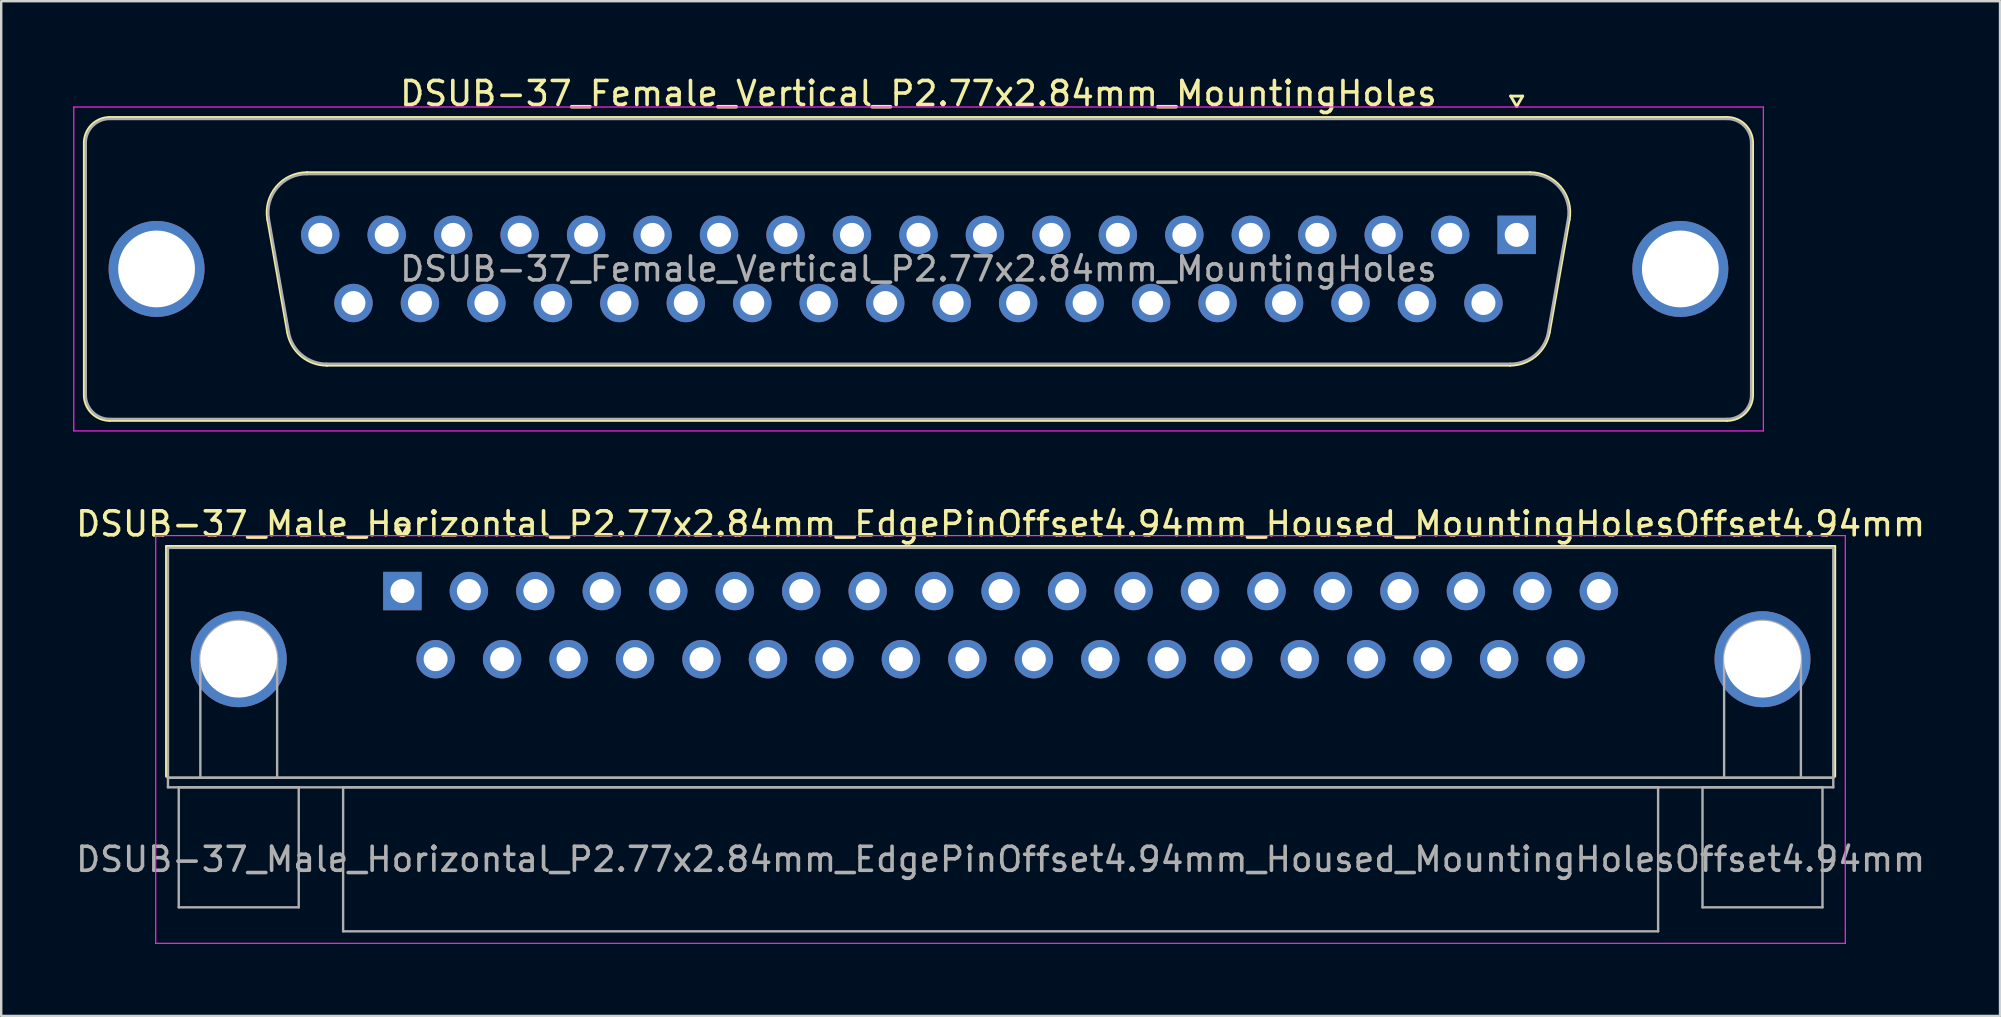
<source format=kicad_pcb>
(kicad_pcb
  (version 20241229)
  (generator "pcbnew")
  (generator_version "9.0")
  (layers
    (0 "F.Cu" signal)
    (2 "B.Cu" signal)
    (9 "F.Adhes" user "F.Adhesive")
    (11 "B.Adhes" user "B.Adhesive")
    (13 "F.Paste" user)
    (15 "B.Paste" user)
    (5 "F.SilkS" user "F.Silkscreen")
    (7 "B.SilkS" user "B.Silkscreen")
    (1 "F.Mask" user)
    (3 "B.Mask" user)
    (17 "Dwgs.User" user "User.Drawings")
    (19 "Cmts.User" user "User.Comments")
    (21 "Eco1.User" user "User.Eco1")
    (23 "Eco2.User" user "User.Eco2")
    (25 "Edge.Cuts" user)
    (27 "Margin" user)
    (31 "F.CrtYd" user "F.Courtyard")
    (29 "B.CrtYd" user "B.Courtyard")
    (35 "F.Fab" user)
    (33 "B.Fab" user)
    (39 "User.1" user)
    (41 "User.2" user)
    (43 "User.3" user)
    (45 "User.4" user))
  (footprint "DSUB-37_Female_Vertical_P2.77x2.84mm_MountingHoles"
    (layer "F.Cu")
    (at 60.155 6.738)
    (property "Reference" "DSUB-37_Female_Vertical_P2.77x2.84mm_MountingHoles" (at -24.93 -5.89 0) (layer "F.SilkS") (effects (font (size 1 1) (thickness 0.15))))
    (attr through_hole)
    (fp_line (start -59.69 6.67) (end -59.69 -3.83) (stroke (width 0.12) (type solid)) (layer "F.SilkS"))
    (fp_line (start -58.63 -4.89) (end 8.77 -4.89) (stroke (width 0.12) (type solid)) (layer "F.SilkS"))
    (fp_line (start -52.046 -0.642) (end -51.218 4.058) (stroke (width 0.12) (type solid)) (layer "F.SilkS"))
    (fp_line (start -50.412 -2.59) (end 0.552 -2.59) (stroke (width 0.12) (type solid)) (layer "F.SilkS"))
    (fp_line (start -49.583 5.43) (end -0.277 5.43) (stroke (width 0.12) (type solid)) (layer "F.SilkS"))
    (fp_line (start -0.25 -5.784) (end 0.25 -5.784) (stroke (width 0.12) (type solid)) (layer "F.SilkS"))
    (fp_line (start 0 -5.351) (end -0.25 -5.784) (stroke (width 0.12) (type solid)) (layer "F.SilkS"))
    (fp_line (start 0.25 -5.784) (end 0 -5.351) (stroke (width 0.12) (type solid)) (layer "F.SilkS"))
    (fp_line (start 2.186 -0.642) (end 1.358 4.058) (stroke (width 0.12) (type solid)) (layer "F.SilkS"))
    (fp_line (start 8.77 7.73) (end -58.63 7.73) (stroke (width 0.12) (type solid)) (layer "F.SilkS"))
    (fp_line (start 9.83 -3.83) (end 9.83 6.67) (stroke (width 0.12) (type solid)) (layer "F.SilkS"))
    (fp_arc (start -59.69 -3.83) (mid -59.379533 -4.579533) (end -58.63 -4.89) (stroke (width 0.12) (type solid)) (layer "F.SilkS"))
    (fp_arc (start -58.63 7.73) (mid -59.379533 7.419533) (end -59.69 6.67) (stroke (width 0.12) (type solid)) (layer "F.SilkS"))
    (fp_arc (start -52.04647 -0.641744) (mid -51.683323 -1.997027) (end -50.411689 -2.59) (stroke (width 0.12) (type solid)) (layer "F.SilkS"))
    (fp_arc (start -49.582952 5.43) (mid -50.64998 5.041634) (end -51.217733 4.058256) (stroke (width 0.12) (type solid)) (layer "F.SilkS"))
    (fp_arc (start 0.551689 -2.59) (mid 1.823323 -1.997027) (end 2.18647 -0.641744) (stroke (width 0.12) (type solid)) (layer "F.SilkS"))
    (fp_arc (start 1.357733 4.058256) (mid 0.78998 5.041634) (end -0.277048 5.43) (stroke (width 0.12) (type solid)) (layer "F.SilkS"))
    (fp_arc (start 8.77 -4.89) (mid 9.519533 -4.579533) (end 9.83 -3.83) (stroke (width 0.12) (type solid)) (layer "F.SilkS"))
    (fp_arc (start 9.83 6.67) (mid 9.519533 7.419533) (end 8.77 7.73) (stroke (width 0.12) (type solid)) (layer "F.SilkS"))
    (fp_line (start -60.13 -5.33) (end -60.13 8.17) (stroke (width 0.05) (type solid)) (layer "F.CrtYd"))
    (fp_line (start -60.13 8.17) (end 10.28 8.17) (stroke (width 0.05) (type solid)) (layer "F.CrtYd"))
    (fp_line (start 10.28 -5.33) (end -60.13 -5.33) (stroke (width 0.05) (type solid)) (layer "F.CrtYd"))
    (fp_line (start 10.28 8.17) (end 10.28 -5.33) (stroke (width 0.05) (type solid)) (layer "F.CrtYd"))
    (fp_line (start -59.63 6.67) (end -59.63 -3.83) (stroke (width 0.1) (type solid)) (layer "F.Fab"))
    (fp_line (start -58.63 -4.83) (end 8.77 -4.83) (stroke (width 0.1) (type solid)) (layer "F.Fab"))
    (fp_line (start -51.999 -0.652) (end -51.17 4.048) (stroke (width 0.1) (type solid)) (layer "F.Fab"))
    (fp_line (start -50.423 -2.53) (end 0.563 -2.53) (stroke (width 0.1) (type solid)) (layer "F.Fab"))
    (fp_line (start -49.594 5.37) (end -0.266 5.37) (stroke (width 0.1) (type solid)) (layer "F.Fab"))
    (fp_line (start 2.139 -0.652) (end 1.31 4.048) (stroke (width 0.1) (type solid)) (layer "F.Fab"))
    (fp_line (start 8.77 7.67) (end -58.63 7.67) (stroke (width 0.1) (type solid)) (layer "F.Fab"))
    (fp_line (start 9.77 -3.83) (end 9.77 6.67) (stroke (width 0.1) (type solid)) (layer "F.Fab"))
    (fp_arc (start -59.63 -3.83) (mid -59.337107 -4.537107) (end -58.63 -4.83) (stroke (width 0.1) (type solid)) (layer "F.Fab"))
    (fp_arc (start -58.63 7.67) (mid -59.337107 7.377107) (end -59.63 6.67) (stroke (width 0.1) (type solid)) (layer "F.Fab"))
    (fp_arc (start -51.998887 -0.652163) (mid -51.648865 -1.95846) (end -50.423194 -2.53) (stroke (width 0.1) (type solid)) (layer "F.Fab"))
    (fp_arc (start -49.594457 5.37) (mid -50.622918 4.995671) (end -51.17015 4.047837) (stroke (width 0.1) (type solid)) (layer "F.Fab"))
    (fp_arc (start 0.563194 -2.53) (mid 1.788865 -1.95846) (end 2.138887 -0.652163) (stroke (width 0.1) (type solid)) (layer "F.Fab"))
    (fp_arc (start 1.31015 4.047837) (mid 0.762918 4.995671) (end -0.265543 5.37) (stroke (width 0.1) (type solid)) (layer "F.Fab"))
    (fp_arc (start 8.77 -4.83) (mid 9.477107 -4.537107) (end 9.77 -3.83) (stroke (width 0.1) (type solid)) (layer "F.Fab"))
    (fp_arc (start 9.77 6.67) (mid 9.477107 7.377107) (end 8.77 7.67) (stroke (width 0.1) (type solid)) (layer "F.Fab"))
    (fp_text user "${REFERENCE}" (at -24.93 1.42 0) (layer "F.Fab") (effects (font (size 1 1) (thickness 0.15))))
    (pad "0" thru_hole circle (at -56.68 1.42) (size 4 4) (drill 3.2) (layers "*.Cu" "*.Mask"))
    (pad "0" thru_hole circle (at 6.82 1.42) (size 4 4) (drill 3.2) (layers "*.Cu" "*.Mask"))
    (pad "1" thru_hole rect (at 0 0) (size 1.6 1.6) (drill 1) (layers "*.Cu" "*.Mask"))
    (pad "2" thru_hole circle (at -2.77 0) (size 1.6 1.6) (drill 1) (layers "*.Cu" "*.Mask"))
    (pad "3" thru_hole circle (at -5.54 0) (size 1.6 1.6) (drill 1) (layers "*.Cu" "*.Mask"))
    (pad "4" thru_hole circle (at -8.31 0) (size 1.6 1.6) (drill 1) (layers "*.Cu" "*.Mask"))
    (pad "5" thru_hole circle (at -11.08 0) (size 1.6 1.6) (drill 1) (layers "*.Cu" "*.Mask"))
    (pad "6" thru_hole circle (at -13.85 0) (size 1.6 1.6) (drill 1) (layers "*.Cu" "*.Mask"))
    (pad "7" thru_hole circle (at -16.62 0) (size 1.6 1.6) (drill 1) (layers "*.Cu" "*.Mask"))
    (pad "8" thru_hole circle (at -19.39 0) (size 1.6 1.6) (drill 1) (layers "*.Cu" "*.Mask"))
    (pad "9" thru_hole circle (at -22.16 0) (size 1.6 1.6) (drill 1) (layers "*.Cu" "*.Mask"))
    (pad "10" thru_hole circle (at -24.93 0) (size 1.6 1.6) (drill 1) (layers "*.Cu" "*.Mask"))
    (pad "11" thru_hole circle (at -27.7 0) (size 1.6 1.6) (drill 1) (layers "*.Cu" "*.Mask"))
    (pad "12" thru_hole circle (at -30.47 0) (size 1.6 1.6) (drill 1) (layers "*.Cu" "*.Mask"))
    (pad "13" thru_hole circle (at -33.24 0) (size 1.6 1.6) (drill 1) (layers "*.Cu" "*.Mask"))
    (pad "14" thru_hole circle (at -36.01 0) (size 1.6 1.6) (drill 1) (layers "*.Cu" "*.Mask"))
    (pad "15" thru_hole circle (at -38.78 0) (size 1.6 1.6) (drill 1) (layers "*.Cu" "*.Mask"))
    (pad "16" thru_hole circle (at -41.55 0) (size 1.6 1.6) (drill 1) (layers "*.Cu" "*.Mask"))
    (pad "17" thru_hole circle (at -44.32 0) (size 1.6 1.6) (drill 1) (layers "*.Cu" "*.Mask"))
    (pad "18" thru_hole circle (at -47.09 0) (size 1.6 1.6) (drill 1) (layers "*.Cu" "*.Mask"))
    (pad "19" thru_hole circle (at -49.86 0) (size 1.6 1.6) (drill 1) (layers "*.Cu" "*.Mask"))
    (pad "20" thru_hole circle (at -1.385 2.84) (size 1.6 1.6) (drill 1) (layers "*.Cu" "*.Mask"))
    (pad "21" thru_hole circle (at -4.155 2.84) (size 1.6 1.6) (drill 1) (layers "*.Cu" "*.Mask"))
    (pad "22" thru_hole circle (at -6.925 2.84) (size 1.6 1.6) (drill 1) (layers "*.Cu" "*.Mask"))
    (pad "23" thru_hole circle (at -9.695 2.84) (size 1.6 1.6) (drill 1) (layers "*.Cu" "*.Mask"))
    (pad "24" thru_hole circle (at -12.465 2.84) (size 1.6 1.6) (drill 1) (layers "*.Cu" "*.Mask"))
    (pad "25" thru_hole circle (at -15.235 2.84) (size 1.6 1.6) (drill 1) (layers "*.Cu" "*.Mask"))
    (pad "26" thru_hole circle (at -18.005 2.84) (size 1.6 1.6) (drill 1) (layers "*.Cu" "*.Mask"))
    (pad "27" thru_hole circle (at -20.775 2.84) (size 1.6 1.6) (drill 1) (layers "*.Cu" "*.Mask"))
    (pad "28" thru_hole circle (at -23.545 2.84) (size 1.6 1.6) (drill 1) (layers "*.Cu" "*.Mask"))
    (pad "29" thru_hole circle (at -26.315 2.84) (size 1.6 1.6) (drill 1) (layers "*.Cu" "*.Mask"))
    (pad "30" thru_hole circle (at -29.085 2.84) (size 1.6 1.6) (drill 1) (layers "*.Cu" "*.Mask"))
    (pad "31" thru_hole circle (at -31.855 2.84) (size 1.6 1.6) (drill 1) (layers "*.Cu" "*.Mask"))
    (pad "32" thru_hole circle (at -34.625 2.84) (size 1.6 1.6) (drill 1) (layers "*.Cu" "*.Mask"))
    (pad "33" thru_hole circle (at -37.395 2.84) (size 1.6 1.6) (drill 1) (layers "*.Cu" "*.Mask"))
    (pad "34" thru_hole circle (at -40.165 2.84) (size 1.6 1.6) (drill 1) (layers "*.Cu" "*.Mask"))
    (pad "35" thru_hole circle (at -42.935 2.84) (size 1.6 1.6) (drill 1) (layers "*.Cu" "*.Mask"))
    (pad "36" thru_hole circle (at -45.705 2.84) (size 1.6 1.6) (drill 1) (layers "*.Cu" "*.Mask"))
    (pad "37" thru_hole circle (at -48.475 2.84) (size 1.6 1.6) (drill 1) (layers "*.Cu" "*.Mask")))
  (footprint "DSUB-37_Male_Horizontal_P2.77x2.84mm_EdgePinOffset4.94mm_Housed_MountingHolesOffset4.94mm"
    (layer "F.Cu")
    (at 13.719 21.581)
    (property "Reference" "DSUB-37_Male_Horizontal_P2.77x2.84mm_EdgePinOffset4.94mm_Housed_MountingHolesOffset4.94mm" (at 24.93 -2.8 0) (layer "F.SilkS") (effects (font (size 1 1) (thickness 0.15))))
    (attr through_hole)
    (fp_line (start -9.83 -1.86) (end 59.69 -1.86) (stroke (width 0.12) (type solid)) (layer "F.SilkS"))
    (fp_line (start -9.83 7.72) (end -9.83 -1.86) (stroke (width 0.12) (type solid)) (layer "F.SilkS"))
    (fp_line (start -0.25 -2.754) (end 0.25 -2.754) (stroke (width 0.12) (type solid)) (layer "F.SilkS"))
    (fp_line (start 0 -2.321) (end -0.25 -2.754) (stroke (width 0.12) (type solid)) (layer "F.SilkS"))
    (fp_line (start 0.25 -2.754) (end 0 -2.321) (stroke (width 0.12) (type solid)) (layer "F.SilkS"))
    (fp_line (start 59.69 -1.86) (end 59.69 7.72) (stroke (width 0.12) (type solid)) (layer "F.SilkS"))
    (fp_line (start -10.28 -2.31) (end -10.28 14.68) (stroke (width 0.05) (type solid)) (layer "F.CrtYd"))
    (fp_line (start -10.28 14.68) (end 60.13 14.68) (stroke (width 0.05) (type solid)) (layer "F.CrtYd"))
    (fp_line (start 60.13 -2.31) (end -10.28 -2.31) (stroke (width 0.05) (type solid)) (layer "F.CrtYd"))
    (fp_line (start 60.13 14.68) (end 60.13 -2.31) (stroke (width 0.05) (type solid)) (layer "F.CrtYd"))
    (fp_line (start -9.77 -1.8) (end -9.77 7.78) (stroke (width 0.1) (type solid)) (layer "F.Fab"))
    (fp_line (start -9.77 7.78) (end -9.77 8.18) (stroke (width 0.1) (type solid)) (layer "F.Fab"))
    (fp_line (start -9.77 7.78) (end 59.63 7.78) (stroke (width 0.1) (type solid)) (layer "F.Fab"))
    (fp_line (start -9.77 8.18) (end 59.63 8.18) (stroke (width 0.1) (type solid)) (layer "F.Fab"))
    (fp_line (start -9.32 8.18) (end -9.32 13.18) (stroke (width 0.1) (type solid)) (layer "F.Fab"))
    (fp_line (start -9.32 13.18) (end -4.32 13.18) (stroke (width 0.1) (type solid)) (layer "F.Fab"))
    (fp_line (start -8.42 7.78) (end -8.42 2.84) (stroke (width 0.1) (type solid)) (layer "F.Fab"))
    (fp_line (start -5.22 7.78) (end -5.22 2.84) (stroke (width 0.1) (type solid)) (layer "F.Fab"))
    (fp_line (start -4.32 8.18) (end -9.32 8.18) (stroke (width 0.1) (type solid)) (layer "F.Fab"))
    (fp_line (start -4.32 13.18) (end -4.32 8.18) (stroke (width 0.1) (type solid)) (layer "F.Fab"))
    (fp_line (start -2.47 8.18) (end -2.47 14.18) (stroke (width 0.1) (type solid)) (layer "F.Fab"))
    (fp_line (start -2.47 14.18) (end 52.33 14.18) (stroke (width 0.1) (type solid)) (layer "F.Fab"))
    (fp_line (start 52.33 8.18) (end -2.47 8.18) (stroke (width 0.1) (type solid)) (layer "F.Fab"))
    (fp_line (start 52.33 14.18) (end 52.33 8.18) (stroke (width 0.1) (type solid)) (layer "F.Fab"))
    (fp_line (start 54.18 8.18) (end 54.18 13.18) (stroke (width 0.1) (type solid)) (layer "F.Fab"))
    (fp_line (start 54.18 13.18) (end 59.18 13.18) (stroke (width 0.1) (type solid)) (layer "F.Fab"))
    (fp_line (start 55.08 7.78) (end 55.08 2.84) (stroke (width 0.1) (type solid)) (layer "F.Fab"))
    (fp_line (start 58.28 7.78) (end 58.28 2.84) (stroke (width 0.1) (type solid)) (layer "F.Fab"))
    (fp_line (start 59.18 8.18) (end 54.18 8.18) (stroke (width 0.1) (type solid)) (layer "F.Fab"))
    (fp_line (start 59.18 13.18) (end 59.18 8.18) (stroke (width 0.1) (type solid)) (layer "F.Fab"))
    (fp_line (start 59.63 -1.8) (end -9.77 -1.8) (stroke (width 0.1) (type solid)) (layer "F.Fab"))
    (fp_line (start 59.63 7.78) (end -9.77 7.78) (stroke (width 0.1) (type solid)) (layer "F.Fab"))
    (fp_line (start 59.63 7.78) (end 59.63 -1.8) (stroke (width 0.1) (type solid)) (layer "F.Fab"))
    (fp_line (start 59.63 8.18) (end 59.63 7.78) (stroke (width 0.1) (type solid)) (layer "F.Fab"))
    (fp_arc (start -8.42 2.84) (mid -6.82 1.24) (end -5.22 2.84) (stroke (width 0.1) (type solid)) (layer "F.Fab"))
    (fp_arc (start 55.08 2.84) (mid 56.68 1.24) (end 58.28 2.84) (stroke (width 0.1) (type solid)) (layer "F.Fab"))
    (fp_text user "${REFERENCE}" (at 24.93 11.18 0) (layer "F.Fab") (effects (font (size 1 1) (thickness 0.15))))
    (pad "0" thru_hole circle (at -6.82 2.84) (size 4 4) (drill 3.2) (layers "*.Cu" "*.Mask"))
    (pad "0" thru_hole circle (at 56.68 2.84) (size 4 4) (drill 3.2) (layers "*.Cu" "*.Mask"))
    (pad "1" thru_hole rect (at 0 0) (size 1.6 1.6) (drill 1) (layers "*.Cu" "*.Mask"))
    (pad "2" thru_hole circle (at 2.77 0) (size 1.6 1.6) (drill 1) (layers "*.Cu" "*.Mask"))
    (pad "3" thru_hole circle (at 5.54 0) (size 1.6 1.6) (drill 1) (layers "*.Cu" "*.Mask"))
    (pad "4" thru_hole circle (at 8.31 0) (size 1.6 1.6) (drill 1) (layers "*.Cu" "*.Mask"))
    (pad "5" thru_hole circle (at 11.08 0) (size 1.6 1.6) (drill 1) (layers "*.Cu" "*.Mask"))
    (pad "6" thru_hole circle (at 13.85 0) (size 1.6 1.6) (drill 1) (layers "*.Cu" "*.Mask"))
    (pad "7" thru_hole circle (at 16.62 0) (size 1.6 1.6) (drill 1) (layers "*.Cu" "*.Mask"))
    (pad "8" thru_hole circle (at 19.39 0) (size 1.6 1.6) (drill 1) (layers "*.Cu" "*.Mask"))
    (pad "9" thru_hole circle (at 22.16 0) (size 1.6 1.6) (drill 1) (layers "*.Cu" "*.Mask"))
    (pad "10" thru_hole circle (at 24.93 0) (size 1.6 1.6) (drill 1) (layers "*.Cu" "*.Mask"))
    (pad "11" thru_hole circle (at 27.7 0) (size 1.6 1.6) (drill 1) (layers "*.Cu" "*.Mask"))
    (pad "12" thru_hole circle (at 30.47 0) (size 1.6 1.6) (drill 1) (layers "*.Cu" "*.Mask"))
    (pad "13" thru_hole circle (at 33.24 0) (size 1.6 1.6) (drill 1) (layers "*.Cu" "*.Mask"))
    (pad "14" thru_hole circle (at 36.01 0) (size 1.6 1.6) (drill 1) (layers "*.Cu" "*.Mask"))
    (pad "15" thru_hole circle (at 38.78 0) (size 1.6 1.6) (drill 1) (layers "*.Cu" "*.Mask"))
    (pad "16" thru_hole circle (at 41.55 0) (size 1.6 1.6) (drill 1) (layers "*.Cu" "*.Mask"))
    (pad "17" thru_hole circle (at 44.32 0) (size 1.6 1.6) (drill 1) (layers "*.Cu" "*.Mask"))
    (pad "18" thru_hole circle (at 47.09 0) (size 1.6 1.6) (drill 1) (layers "*.Cu" "*.Mask"))
    (pad "19" thru_hole circle (at 49.86 0) (size 1.6 1.6) (drill 1) (layers "*.Cu" "*.Mask"))
    (pad "20" thru_hole circle (at 1.385 2.84) (size 1.6 1.6) (drill 1) (layers "*.Cu" "*.Mask"))
    (pad "21" thru_hole circle (at 4.155 2.84) (size 1.6 1.6) (drill 1) (layers "*.Cu" "*.Mask"))
    (pad "22" thru_hole circle (at 6.925 2.84) (size 1.6 1.6) (drill 1) (layers "*.Cu" "*.Mask"))
    (pad "23" thru_hole circle (at 9.695 2.84) (size 1.6 1.6) (drill 1) (layers "*.Cu" "*.Mask"))
    (pad "24" thru_hole circle (at 12.465 2.84) (size 1.6 1.6) (drill 1) (layers "*.Cu" "*.Mask"))
    (pad "25" thru_hole circle (at 15.235 2.84) (size 1.6 1.6) (drill 1) (layers "*.Cu" "*.Mask"))
    (pad "26" thru_hole circle (at 18.005 2.84) (size 1.6 1.6) (drill 1) (layers "*.Cu" "*.Mask"))
    (pad "27" thru_hole circle (at 20.775 2.84) (size 1.6 1.6) (drill 1) (layers "*.Cu" "*.Mask"))
    (pad "28" thru_hole circle (at 23.545 2.84) (size 1.6 1.6) (drill 1) (layers "*.Cu" "*.Mask"))
    (pad "29" thru_hole circle (at 26.315 2.84) (size 1.6 1.6) (drill 1) (layers "*.Cu" "*.Mask"))
    (pad "30" thru_hole circle (at 29.085 2.84) (size 1.6 1.6) (drill 1) (layers "*.Cu" "*.Mask"))
    (pad "31" thru_hole circle (at 31.855 2.84) (size 1.6 1.6) (drill 1) (layers "*.Cu" "*.Mask"))
    (pad "32" thru_hole circle (at 34.625 2.84) (size 1.6 1.6) (drill 1) (layers "*.Cu" "*.Mask"))
    (pad "33" thru_hole circle (at 37.395 2.84) (size 1.6 1.6) (drill 1) (layers "*.Cu" "*.Mask"))
    (pad "34" thru_hole circle (at 40.165 2.84) (size 1.6 1.6) (drill 1) (layers "*.Cu" "*.Mask"))
    (pad "35" thru_hole circle (at 42.935 2.84) (size 1.6 1.6) (drill 1) (layers "*.Cu" "*.Mask"))
    (pad "36" thru_hole circle (at 45.705 2.84) (size 1.6 1.6) (drill 1) (layers "*.Cu" "*.Mask"))
    (pad "37" thru_hole circle (at 48.475 2.84) (size 1.6 1.6) (drill 1) (layers "*.Cu" "*.Mask")))
  (gr_rect
    (start -3 -3)
    (end 80.298 39.286)
    (stroke (width 0.1) (type default))
    (fill no)
    (layer "Edge.Cuts")))
</source>
